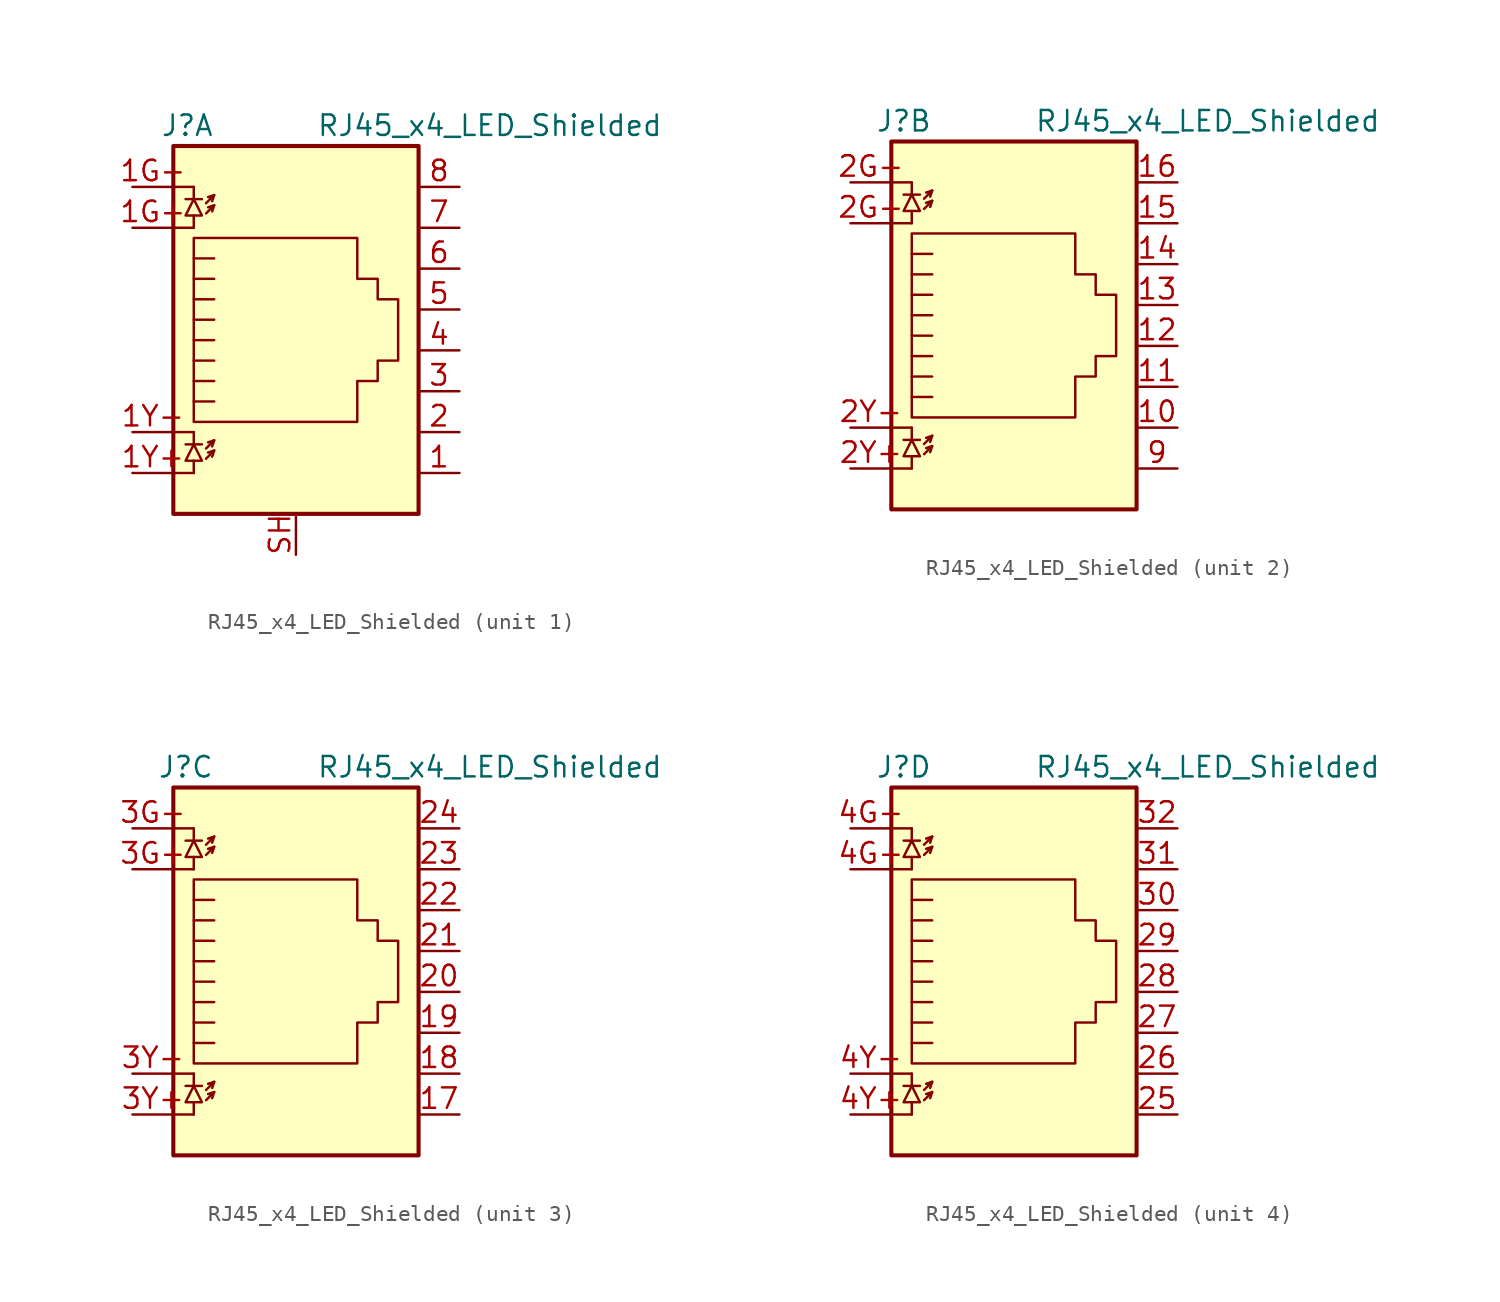
<source format=kicad_sym>
(kicad_symbol_lib
  (version 20231120)
  (generator "kicad_symbol_editor")
  (generator_version "8.0")
  (symbol "RJ45_x4_LED_Shielded"
    (pin_names
      (offset 1.016))
    (property "Reference" "J"
      (at -5.08 13.97 0)
      (effects (font (size 1.27 1.27)) (justify right)))
    (property "Value" "RJ45_x4_LED_Shielded"
      (at 1.27 13.97 0)
      (effects (font (size 1.27 1.27)) (justify left)))
    (property "ki_locked" ""
      (at 0 0 0)
      (effects (font (size 1.27 1.27))))
    (symbol "RJ45_x4_LED_Shielded_0_1"
      (rectangle (start -7.62 12.7) (end 7.62 -10.16) (stroke (width 0.254) (type default)) (fill (type background)))
      (polyline (pts (xy -7.62 -7.62) (xy -6.35 -7.62)) (stroke (width 0) (type default)) (fill (type none)))
      (polyline (pts (xy -7.62 -5.08) (xy -6.35 -5.08)) (stroke (width 0) (type default)) (fill (type none)))
      (polyline (pts (xy -7.62 7.62) (xy -6.35 7.62)) (stroke (width 0) (type default)) (fill (type none)))
      (polyline (pts (xy -7.62 10.16) (xy -6.35 10.16)) (stroke (width 0) (type default)) (fill (type none)))
      (polyline (pts (xy -6.858 -5.842) (xy -5.842 -5.842)) (stroke (width 0) (type default)) (fill (type none)))
      (polyline (pts (xy -6.858 9.398) (xy -5.842 9.398)) (stroke (width 0) (type default)) (fill (type none)))
      (polyline (pts (xy -6.35 -7.62) (xy -6.35 -6.858)) (stroke (width 0) (type default)) (fill (type none)))
      (polyline (pts (xy -6.35 -5.08) (xy -6.35 -5.842)) (stroke (width 0) (type default)) (fill (type none)))
      (polyline (pts (xy -6.35 7.62) (xy -6.35 8.382)) (stroke (width 0) (type default)) (fill (type none)))
      (polyline (pts (xy -6.35 10.16) (xy -6.35 9.398)) (stroke (width 0) (type default)) (fill (type none)))
      (polyline (pts (xy -5.08 -6.223) (xy -5.207 -6.604)) (stroke (width 0) (type default)) (fill (type none)))
      (polyline (pts (xy -5.08 -5.588) (xy -5.207 -5.969)) (stroke (width 0) (type default)) (fill (type none)))
      (polyline (pts (xy -5.08 4.445) (xy -6.35 4.445)) (stroke (width 0) (type default)) (fill (type none)))
      (polyline (pts (xy -5.08 5.715) (xy -6.35 5.715)) (stroke (width 0) (type default)) (fill (type none)))
      (polyline (pts (xy -5.08 9.017) (xy -5.207 8.636)) (stroke (width 0) (type default)) (fill (type none)))
      (polyline (pts (xy -5.08 9.652) (xy -5.207 9.271)) (stroke (width 0) (type default)) (fill (type none)))
      (polyline (pts (xy -6.35 -3.175) (xy -5.08 -3.175) (xy -5.08 -3.175)) (stroke (width 0) (type default)) (fill (type none)))
      (polyline (pts (xy -6.35 -1.905) (xy -5.08 -1.905) (xy -5.08 -1.905)) (stroke (width 0) (type default)) (fill (type none)))
      (polyline (pts (xy -6.35 -0.635) (xy -5.08 -0.635) (xy -5.08 -0.635)) (stroke (width 0) (type default)) (fill (type none)))
      (polyline (pts (xy -6.35 0.635) (xy -5.08 0.635) (xy -5.08 0.635)) (stroke (width 0) (type default)) (fill (type none)))
      (polyline (pts (xy -6.35 1.905) (xy -5.08 1.905) (xy -5.08 1.905)) (stroke (width 0) (type default)) (fill (type none)))
      (polyline (pts (xy -5.588 -6.731) (xy -5.08 -6.223) (xy -5.461 -6.35)) (stroke (width 0) (type default)) (fill (type none)))
      (polyline (pts (xy -5.588 -6.096) (xy -5.08 -5.588) (xy -5.461 -5.715)) (stroke (width 0) (type default)) (fill (type none)))
      (polyline (pts (xy -5.588 8.509) (xy -5.08 9.017) (xy -5.461 8.89)) (stroke (width 0) (type default)) (fill (type none)))
      (polyline (pts (xy -5.588 9.144) (xy -5.08 9.652) (xy -5.461 9.525)) (stroke (width 0) (type default)) (fill (type none)))
      (polyline (pts (xy -5.08 3.175) (xy -6.35 3.175) (xy -6.35 3.175)) (stroke (width 0) (type default)) (fill (type none)))
      (polyline (pts (xy -6.35 -5.842) (xy -6.858 -6.858) (xy -5.842 -6.858) (xy -6.35 -5.842)) (stroke (width 0) (type default)) (fill (type none)))
      (polyline (pts (xy -6.35 9.398) (xy -6.858 8.382) (xy -5.842 8.382) (xy -6.35 9.398)) (stroke (width 0) (type default)) (fill (type none)))
      (polyline (pts (xy -6.35 -4.445) (xy -6.35 6.985) (xy 3.81 6.985) (xy 3.81 4.445) (xy 5.08 4.445) (xy 5.08 3.175) (xy 6.35 3.175) (xy 6.35 -0.635) (xy 5.08 -0.635) (xy 5.08 -1.905) (xy 3.81 -1.905) (xy 3.81 -4.445) (xy -6.35 -4.445) (xy -6.35 -4.445)) (stroke (width 0) (type default)) (fill (type none))))
    (symbol "RJ45_x4_LED_Shielded_1_1"
      (pin passive line (at 10.16 -7.62 180) (length 2.54) (name "~" (effects (font (size 1.27 1.27)))) (number "1" (effects (font (size 1.27 1.27)))))
      (pin passive line (at -10.16 7.62 0) (length 2.54) (name "~" (effects (font (size 1.27 1.27)))) (number "1G+" (effects (font (size 1.27 1.27)))))
      (pin passive line (at -10.16 10.16 0) (length 2.54) (name "~" (effects (font (size 1.27 1.27)))) (number "1G-" (effects (font (size 1.27 1.27)))))
      (pin passive line (at -10.16 -7.62 0) (length 2.54) (name "~" (effects (font (size 1.27 1.27)))) (number "1Y+" (effects (font (size 1.27 1.27)))))
      (pin passive line (at -10.16 -5.08 0) (length 2.54) (name "~" (effects (font (size 1.27 1.27)))) (number "1Y-" (effects (font (size 1.27 1.27)))))
      (pin passive line (at 10.16 -5.08 180) (length 2.54) (name "~" (effects (font (size 1.27 1.27)))) (number "2" (effects (font (size 1.27 1.27)))))
      (pin passive line (at 10.16 -2.54 180) (length 2.54) (name "~" (effects (font (size 1.27 1.27)))) (number "3" (effects (font (size 1.27 1.27)))))
      (pin passive line (at 10.16 0 180) (length 2.54) (name "~" (effects (font (size 1.27 1.27)))) (number "4" (effects (font (size 1.27 1.27)))))
      (pin passive line (at 10.16 2.54 180) (length 2.54) (name "~" (effects (font (size 1.27 1.27)))) (number "5" (effects (font (size 1.27 1.27)))))
      (pin passive line (at 10.16 5.08 180) (length 2.54) (name "~" (effects (font (size 1.27 1.27)))) (number "6" (effects (font (size 1.27 1.27)))))
      (pin passive line (at 10.16 7.62 180) (length 2.54) (name "~" (effects (font (size 1.27 1.27)))) (number "7" (effects (font (size 1.27 1.27)))))
      (pin passive line (at 10.16 10.16 180) (length 2.54) (name "~" (effects (font (size 1.27 1.27)))) (number "8" (effects (font (size 1.27 1.27)))))
      (pin passive line (at 0 -12.7 90) (length 2.54) (name "~" (effects (font (size 1.27 1.27)))) (number "SH" (effects (font (size 1.27 1.27))))))
    (symbol "RJ45_x4_LED_Shielded_2_1"
      (pin passive line (at 10.16 -5.08 180) (length 2.54) (name "~" (effects (font (size 1.27 1.27)))) (number "10" (effects (font (size 1.27 1.27)))))
      (pin passive line (at 10.16 -2.54 180) (length 2.54) (name "~" (effects (font (size 1.27 1.27)))) (number "11" (effects (font (size 1.27 1.27)))))
      (pin passive line (at 10.16 0 180) (length 2.54) (name "~" (effects (font (size 1.27 1.27)))) (number "12" (effects (font (size 1.27 1.27)))))
      (pin passive line (at 10.16 2.54 180) (length 2.54) (name "~" (effects (font (size 1.27 1.27)))) (number "13" (effects (font (size 1.27 1.27)))))
      (pin passive line (at 10.16 5.08 180) (length 2.54) (name "~" (effects (font (size 1.27 1.27)))) (number "14" (effects (font (size 1.27 1.27)))))
      (pin passive line (at 10.16 7.62 180) (length 2.54) (name "~" (effects (font (size 1.27 1.27)))) (number "15" (effects (font (size 1.27 1.27)))))
      (pin passive line (at 10.16 10.16 180) (length 2.54) (name "~" (effects (font (size 1.27 1.27)))) (number "16" (effects (font (size 1.27 1.27)))))
      (pin passive line (at -10.16 7.62 0) (length 2.54) (name "~" (effects (font (size 1.27 1.27)))) (number "2G+" (effects (font (size 1.27 1.27)))))
      (pin passive line (at -10.16 10.16 0) (length 2.54) (name "~" (effects (font (size 1.27 1.27)))) (number "2G-" (effects (font (size 1.27 1.27)))))
      (pin passive line (at -10.16 -7.62 0) (length 2.54) (name "~" (effects (font (size 1.27 1.27)))) (number "2Y+" (effects (font (size 1.27 1.27)))))
      (pin passive line (at -10.16 -5.08 0) (length 2.54) (name "~" (effects (font (size 1.27 1.27)))) (number "2Y-" (effects (font (size 1.27 1.27)))))
      (pin passive line (at 10.16 -7.62 180) (length 2.54) (name "~" (effects (font (size 1.27 1.27)))) (number "9" (effects (font (size 1.27 1.27))))))
    (symbol "RJ45_x4_LED_Shielded_3_1"
      (pin passive line (at 10.16 -7.62 180) (length 2.54) (name "~" (effects (font (size 1.27 1.27)))) (number "17" (effects (font (size 1.27 1.27)))))
      (pin passive line (at 10.16 -5.08 180) (length 2.54) (name "~" (effects (font (size 1.27 1.27)))) (number "18" (effects (font (size 1.27 1.27)))))
      (pin passive line (at 10.16 -2.54 180) (length 2.54) (name "~" (effects (font (size 1.27 1.27)))) (number "19" (effects (font (size 1.27 1.27)))))
      (pin passive line (at 10.16 0 180) (length 2.54) (name "~" (effects (font (size 1.27 1.27)))) (number "20" (effects (font (size 1.27 1.27)))))
      (pin passive line (at 10.16 2.54 180) (length 2.54) (name "~" (effects (font (size 1.27 1.27)))) (number "21" (effects (font (size 1.27 1.27)))))
      (pin passive line (at 10.16 5.08 180) (length 2.54) (name "~" (effects (font (size 1.27 1.27)))) (number "22" (effects (font (size 1.27 1.27)))))
      (pin passive line (at 10.16 7.62 180) (length 2.54) (name "~" (effects (font (size 1.27 1.27)))) (number "23" (effects (font (size 1.27 1.27)))))
      (pin passive line (at 10.16 10.16 180) (length 2.54) (name "~" (effects (font (size 1.27 1.27)))) (number "24" (effects (font (size 1.27 1.27)))))
      (pin passive line (at -10.16 7.62 0) (length 2.54) (name "~" (effects (font (size 1.27 1.27)))) (number "3G+" (effects (font (size 1.27 1.27)))))
      (pin passive line (at -10.16 10.16 0) (length 2.54) (name "~" (effects (font (size 1.27 1.27)))) (number "3G-" (effects (font (size 1.27 1.27)))))
      (pin passive line (at -10.16 -7.62 0) (length 2.54) (name "~" (effects (font (size 1.27 1.27)))) (number "3Y+" (effects (font (size 1.27 1.27)))))
      (pin passive line (at -10.16 -5.08 0) (length 2.54) (name "~" (effects (font (size 1.27 1.27)))) (number "3Y-" (effects (font (size 1.27 1.27))))))
    (symbol "RJ45_x4_LED_Shielded_4_1"
      (pin passive line (at 10.16 -7.62 180) (length 2.54) (name "~" (effects (font (size 1.27 1.27)))) (number "25" (effects (font (size 1.27 1.27)))))
      (pin passive line (at 10.16 -5.08 180) (length 2.54) (name "~" (effects (font (size 1.27 1.27)))) (number "26" (effects (font (size 1.27 1.27)))))
      (pin passive line (at 10.16 -2.54 180) (length 2.54) (name "~" (effects (font (size 1.27 1.27)))) (number "27" (effects (font (size 1.27 1.27)))))
      (pin passive line (at 10.16 0 180) (length 2.54) (name "~" (effects (font (size 1.27 1.27)))) (number "28" (effects (font (size 1.27 1.27)))))
      (pin passive line (at 10.16 2.54 180) (length 2.54) (name "~" (effects (font (size 1.27 1.27)))) (number "29" (effects (font (size 1.27 1.27)))))
      (pin passive line (at 10.16 5.08 180) (length 2.54) (name "~" (effects (font (size 1.27 1.27)))) (number "30" (effects (font (size 1.27 1.27)))))
      (pin passive line (at 10.16 7.62 180) (length 2.54) (name "~" (effects (font (size 1.27 1.27)))) (number "31" (effects (font (size 1.27 1.27)))))
      (pin passive line (at 10.16 10.16 180) (length 2.54) (name "~" (effects (font (size 1.27 1.27)))) (number "32" (effects (font (size 1.27 1.27)))))
      (pin passive line (at -10.16 7.62 0) (length 2.54) (name "~" (effects (font (size 1.27 1.27)))) (number "4G+" (effects (font (size 1.27 1.27)))))
      (pin passive line (at -10.16 10.16 0) (length 2.54) (name "~" (effects (font (size 1.27 1.27)))) (number "4G-" (effects (font (size 1.27 1.27)))))
      (pin passive line (at -10.16 -7.62 0) (length 2.54) (name "~" (effects (font (size 1.27 1.27)))) (number "4Y+" (effects (font (size 1.27 1.27)))))
      (pin passive line (at -10.16 -5.08 0) (length 2.54) (name "~" (effects (font (size 1.27 1.27)))) (number "4Y-" (effects (font (size 1.27 1.27))))))))
</source>
